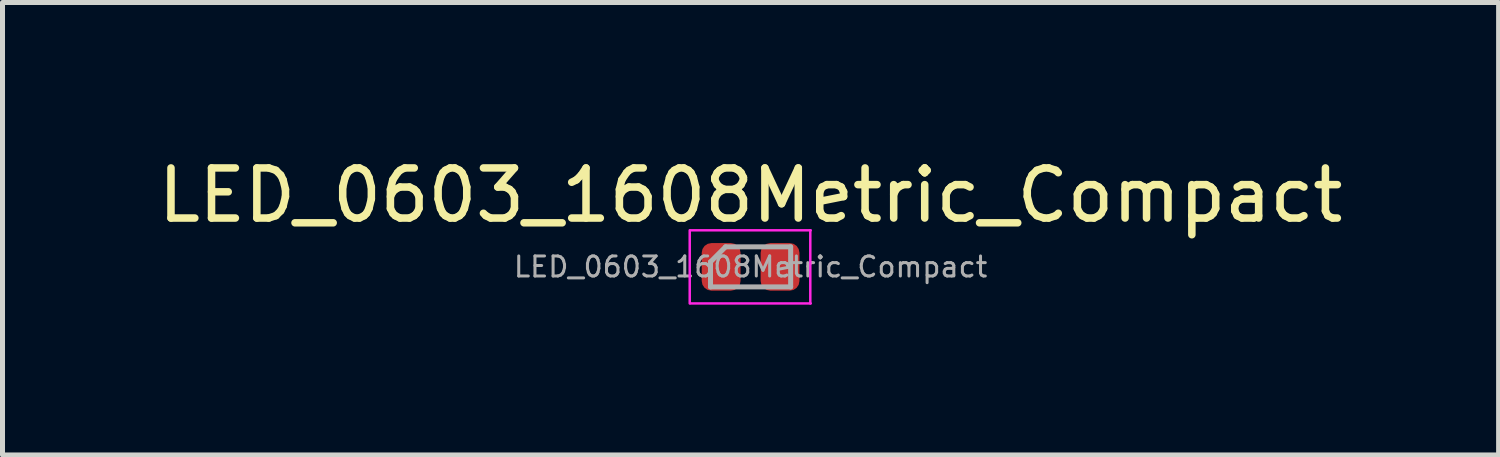
<source format=kicad_pcb>
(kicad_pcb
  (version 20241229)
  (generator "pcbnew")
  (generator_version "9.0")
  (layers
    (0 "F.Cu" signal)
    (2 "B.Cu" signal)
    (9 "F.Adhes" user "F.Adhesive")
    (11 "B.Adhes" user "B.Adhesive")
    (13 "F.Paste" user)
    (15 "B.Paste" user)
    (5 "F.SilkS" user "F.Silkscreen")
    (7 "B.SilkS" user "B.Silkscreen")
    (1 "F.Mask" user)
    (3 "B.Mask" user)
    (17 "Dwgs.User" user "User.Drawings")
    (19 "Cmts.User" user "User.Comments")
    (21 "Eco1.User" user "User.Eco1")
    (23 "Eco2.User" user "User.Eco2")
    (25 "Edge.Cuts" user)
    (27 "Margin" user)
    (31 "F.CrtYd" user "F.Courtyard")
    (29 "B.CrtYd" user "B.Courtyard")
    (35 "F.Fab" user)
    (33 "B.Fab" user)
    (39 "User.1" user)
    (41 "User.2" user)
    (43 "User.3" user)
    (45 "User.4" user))
  (footprint "LED_0603_1608Metric_Compact"
    (layer "F.Cu")
    (at 11.935 2.278)
    (property "Reference" "LED_0603_1608Metric_Compact" (at 0 -1.43 0) (layer "F.SilkS") (effects (font (size 1 1) (thickness 0.15))))
    (attr smd)
    (fp_line (start -1.215 0.73) (end -1.215 -0.73) (stroke (width 0.05) (type solid)) (layer "F.CrtYd"))
    (fp_line (start -1.2 -0.73) (end 1.2 -0.73) (stroke (width 0.05) (type solid)) (layer "F.CrtYd"))
    (fp_line (start 1.192 -0.73) (end 1.192 0.73) (stroke (width 0.05) (type solid)) (layer "F.CrtYd"))
    (fp_line (start 1.2 0.73) (end -1.2 0.73) (stroke (width 0.05) (type solid)) (layer "F.CrtYd"))
    (fp_line (start -0.8 -0.1) (end -0.8 0.4) (stroke (width 0.1) (type solid)) (layer "F.Fab"))
    (fp_line (start -0.8 0.4) (end 0.8 0.4) (stroke (width 0.1) (type solid)) (layer "F.Fab"))
    (fp_line (start -0.5 -0.4) (end -0.8 -0.1) (stroke (width 0.1) (type solid)) (layer "F.Fab"))
    (fp_line (start 0.8 -0.4) (end -0.5 -0.4) (stroke (width 0.1) (type solid)) (layer "F.Fab"))
    (fp_line (start 0.8 0.4) (end 0.8 -0.4) (stroke (width 0.1) (type solid)) (layer "F.Fab"))
    (fp_text user "${REFERENCE}" (at 0 0 0) (layer "F.Fab") (effects (font (size 0.4 0.4) (thickness 0.06))))
    (pad "1" smd roundrect (at -0.588 0) (size 0.775 0.95) (layers "F.Cu" "F.Mask" "F.Paste") (roundrect_rratio 0.25))
    (pad "2" smd roundrect (at 0.588 0) (size 0.775 0.95) (layers "F.Cu" "F.Mask" "F.Paste") (roundrect_rratio 0.25)))
  (gr_rect
    (start -3 -3)
    (end 26.869 6.033)
    (stroke (width 0.1) (type default))
    (fill no)
    (layer "Edge.Cuts")))
</source>
